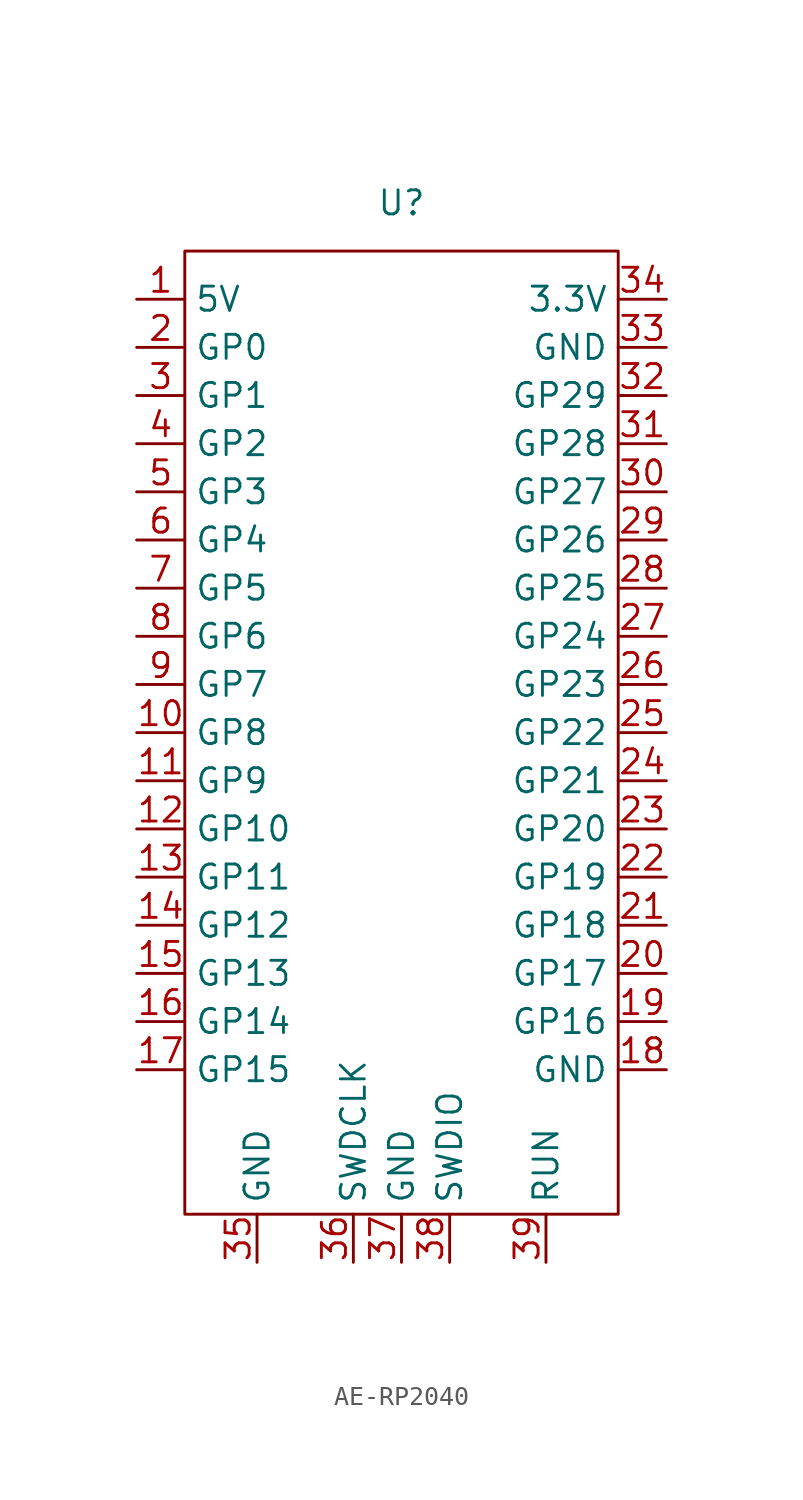
<source format=kicad_sym>
(kicad_symbol_lib
  (version 20220914)
  (generator kicad_symbol_editor)
  (symbol "AE-RP2040"
    (property "Reference" "U"
      (at 0 2.54 0)
      (effects (font (size 1.27 1.27))))
    (property "Value" ""
      (at 0 2.54 0)
      (effects (font (size 1.27 1.27))))
    (symbol "AE-RP2040_0_1"
      (rectangle (start -11.43 0) (end 11.43 -50.8) (stroke (width 0) (type default)) (fill (type none))))
    (symbol "AE-RP2040_1_1"
      (pin power_in line (at -13.97 -2.54 0) (length 2.54) (name "5V" (effects (font (size 1.27 1.27)))) (number "1" (effects (font (size 1.27 1.27)))))
      (pin bidirectional line (at -13.97 -25.4 0) (length 2.54) (name "GP8" (effects (font (size 1.27 1.27)))) (number "10" (effects (font (size 1.27 1.27)))))
      (pin bidirectional line (at -13.97 -27.94 0) (length 2.54) (name "GP9" (effects (font (size 1.27 1.27)))) (number "11" (effects (font (size 1.27 1.27)))))
      (pin bidirectional line (at -13.97 -30.48 0) (length 2.54) (name "GP10" (effects (font (size 1.27 1.27)))) (number "12" (effects (font (size 1.27 1.27)))))
      (pin bidirectional line (at -13.97 -33.02 0) (length 2.54) (name "GP11" (effects (font (size 1.27 1.27)))) (number "13" (effects (font (size 1.27 1.27)))))
      (pin bidirectional line (at -13.97 -35.56 0) (length 2.54) (name "GP12" (effects (font (size 1.27 1.27)))) (number "14" (effects (font (size 1.27 1.27)))))
      (pin bidirectional line (at -13.97 -38.1 0) (length 2.54) (name "GP13" (effects (font (size 1.27 1.27)))) (number "15" (effects (font (size 1.27 1.27)))))
      (pin bidirectional line (at -13.97 -40.64 0) (length 2.54) (name "GP14" (effects (font (size 1.27 1.27)))) (number "16" (effects (font (size 1.27 1.27)))))
      (pin bidirectional line (at -13.97 -43.18 0) (length 2.54) (name "GP15" (effects (font (size 1.27 1.27)))) (number "17" (effects (font (size 1.27 1.27)))))
      (pin power_in line (at 13.97 -43.18 180) (length 2.54) (name "GND" (effects (font (size 1.27 1.27)))) (number "18" (effects (font (size 1.27 1.27)))))
      (pin bidirectional line (at 13.97 -40.64 180) (length 2.54) (name "GP16" (effects (font (size 1.27 1.27)))) (number "19" (effects (font (size 1.27 1.27)))))
      (pin bidirectional line (at -13.97 -5.08 0) (length 2.54) (name "GP0" (effects (font (size 1.27 1.27)))) (number "2" (effects (font (size 1.27 1.27)))))
      (pin bidirectional line (at 13.97 -38.1 180) (length 2.54) (name "GP17" (effects (font (size 1.27 1.27)))) (number "20" (effects (font (size 1.27 1.27)))))
      (pin bidirectional line (at 13.97 -35.56 180) (length 2.54) (name "GP18" (effects (font (size 1.27 1.27)))) (number "21" (effects (font (size 1.27 1.27)))))
      (pin bidirectional line (at 13.97 -33.02 180) (length 2.54) (name "GP19" (effects (font (size 1.27 1.27)))) (number "22" (effects (font (size 1.27 1.27)))))
      (pin bidirectional line (at 13.97 -30.48 180) (length 2.54) (name "GP20" (effects (font (size 1.27 1.27)))) (number "23" (effects (font (size 1.27 1.27)))))
      (pin bidirectional line (at 13.97 -27.94 180) (length 2.54) (name "GP21" (effects (font (size 1.27 1.27)))) (number "24" (effects (font (size 1.27 1.27)))))
      (pin bidirectional line (at 13.97 -25.4 180) (length 2.54) (name "GP22" (effects (font (size 1.27 1.27)))) (number "25" (effects (font (size 1.27 1.27)))))
      (pin bidirectional line (at 13.97 -22.86 180) (length 2.54) (name "GP23" (effects (font (size 1.27 1.27)))) (number "26" (effects (font (size 1.27 1.27)))))
      (pin bidirectional line (at 13.97 -20.32 180) (length 2.54) (name "GP24" (effects (font (size 1.27 1.27)))) (number "27" (effects (font (size 1.27 1.27)))))
      (pin bidirectional line (at 13.97 -17.78 180) (length 2.54) (name "GP25" (effects (font (size 1.27 1.27)))) (number "28" (effects (font (size 1.27 1.27)))))
      (pin bidirectional line (at 13.97 -15.24 180) (length 2.54) (name "GP26" (effects (font (size 1.27 1.27)))) (number "29" (effects (font (size 1.27 1.27)))))
      (pin bidirectional line (at -13.97 -7.62 0) (length 2.54) (name "GP1" (effects (font (size 1.27 1.27)))) (number "3" (effects (font (size 1.27 1.27)))))
      (pin bidirectional line (at 13.97 -12.7 180) (length 2.54) (name "GP27" (effects (font (size 1.27 1.27)))) (number "30" (effects (font (size 1.27 1.27)))))
      (pin bidirectional line (at 13.97 -10.16 180) (length 2.54) (name "GP28" (effects (font (size 1.27 1.27)))) (number "31" (effects (font (size 1.27 1.27)))))
      (pin bidirectional line (at 13.97 -7.62 180) (length 2.54) (name "GP29" (effects (font (size 1.27 1.27)))) (number "32" (effects (font (size 1.27 1.27)))))
      (pin power_in line (at 13.97 -5.08 180) (length 2.54) (name "GND" (effects (font (size 1.27 1.27)))) (number "33" (effects (font (size 1.27 1.27)))))
      (pin power_in line (at 13.97 -2.54 180) (length 2.54) (name "3.3V" (effects (font (size 1.27 1.27)))) (number "34" (effects (font (size 1.27 1.27)))))
      (pin bidirectional line (at -7.62 -53.34 90) (length 2.54) (name "GND" (effects (font (size 1.27 1.27)))) (number "35" (effects (font (size 1.27 1.27)))))
      (pin bidirectional line (at -2.54 -53.34 90) (length 2.54) (name "SWDCLK" (effects (font (size 1.27 1.27)))) (number "36" (effects (font (size 1.27 1.27)))))
      (pin bidirectional line (at 0 -53.34 90) (length 2.54) (name "GND" (effects (font (size 1.27 1.27)))) (number "37" (effects (font (size 1.27 1.27)))))
      (pin bidirectional line (at 2.54 -53.34 90) (length 2.54) (name "SWDIO" (effects (font (size 1.27 1.27)))) (number "38" (effects (font (size 1.27 1.27)))))
      (pin bidirectional line (at 7.62 -53.34 90) (length 2.54) (name "RUN" (effects (font (size 1.27 1.27)))) (number "39" (effects (font (size 1.27 1.27)))))
      (pin bidirectional line (at -13.97 -10.16 0) (length 2.54) (name "GP2" (effects (font (size 1.27 1.27)))) (number "4" (effects (font (size 1.27 1.27)))))
      (pin bidirectional line (at -13.97 -12.7 0) (length 2.54) (name "GP3" (effects (font (size 1.27 1.27)))) (number "5" (effects (font (size 1.27 1.27)))))
      (pin bidirectional line (at -13.97 -15.24 0) (length 2.54) (name "GP4" (effects (font (size 1.27 1.27)))) (number "6" (effects (font (size 1.27 1.27)))))
      (pin bidirectional line (at -13.97 -17.78 0) (length 2.54) (name "GP5" (effects (font (size 1.27 1.27)))) (number "7" (effects (font (size 1.27 1.27)))))
      (pin bidirectional line (at -13.97 -20.32 0) (length 2.54) (name "GP6" (effects (font (size 1.27 1.27)))) (number "8" (effects (font (size 1.27 1.27)))))
      (pin bidirectional line (at -13.97 -22.86 0) (length 2.54) (name "GP7" (effects (font (size 1.27 1.27)))) (number "9" (effects (font (size 1.27 1.27))))))))
</source>
